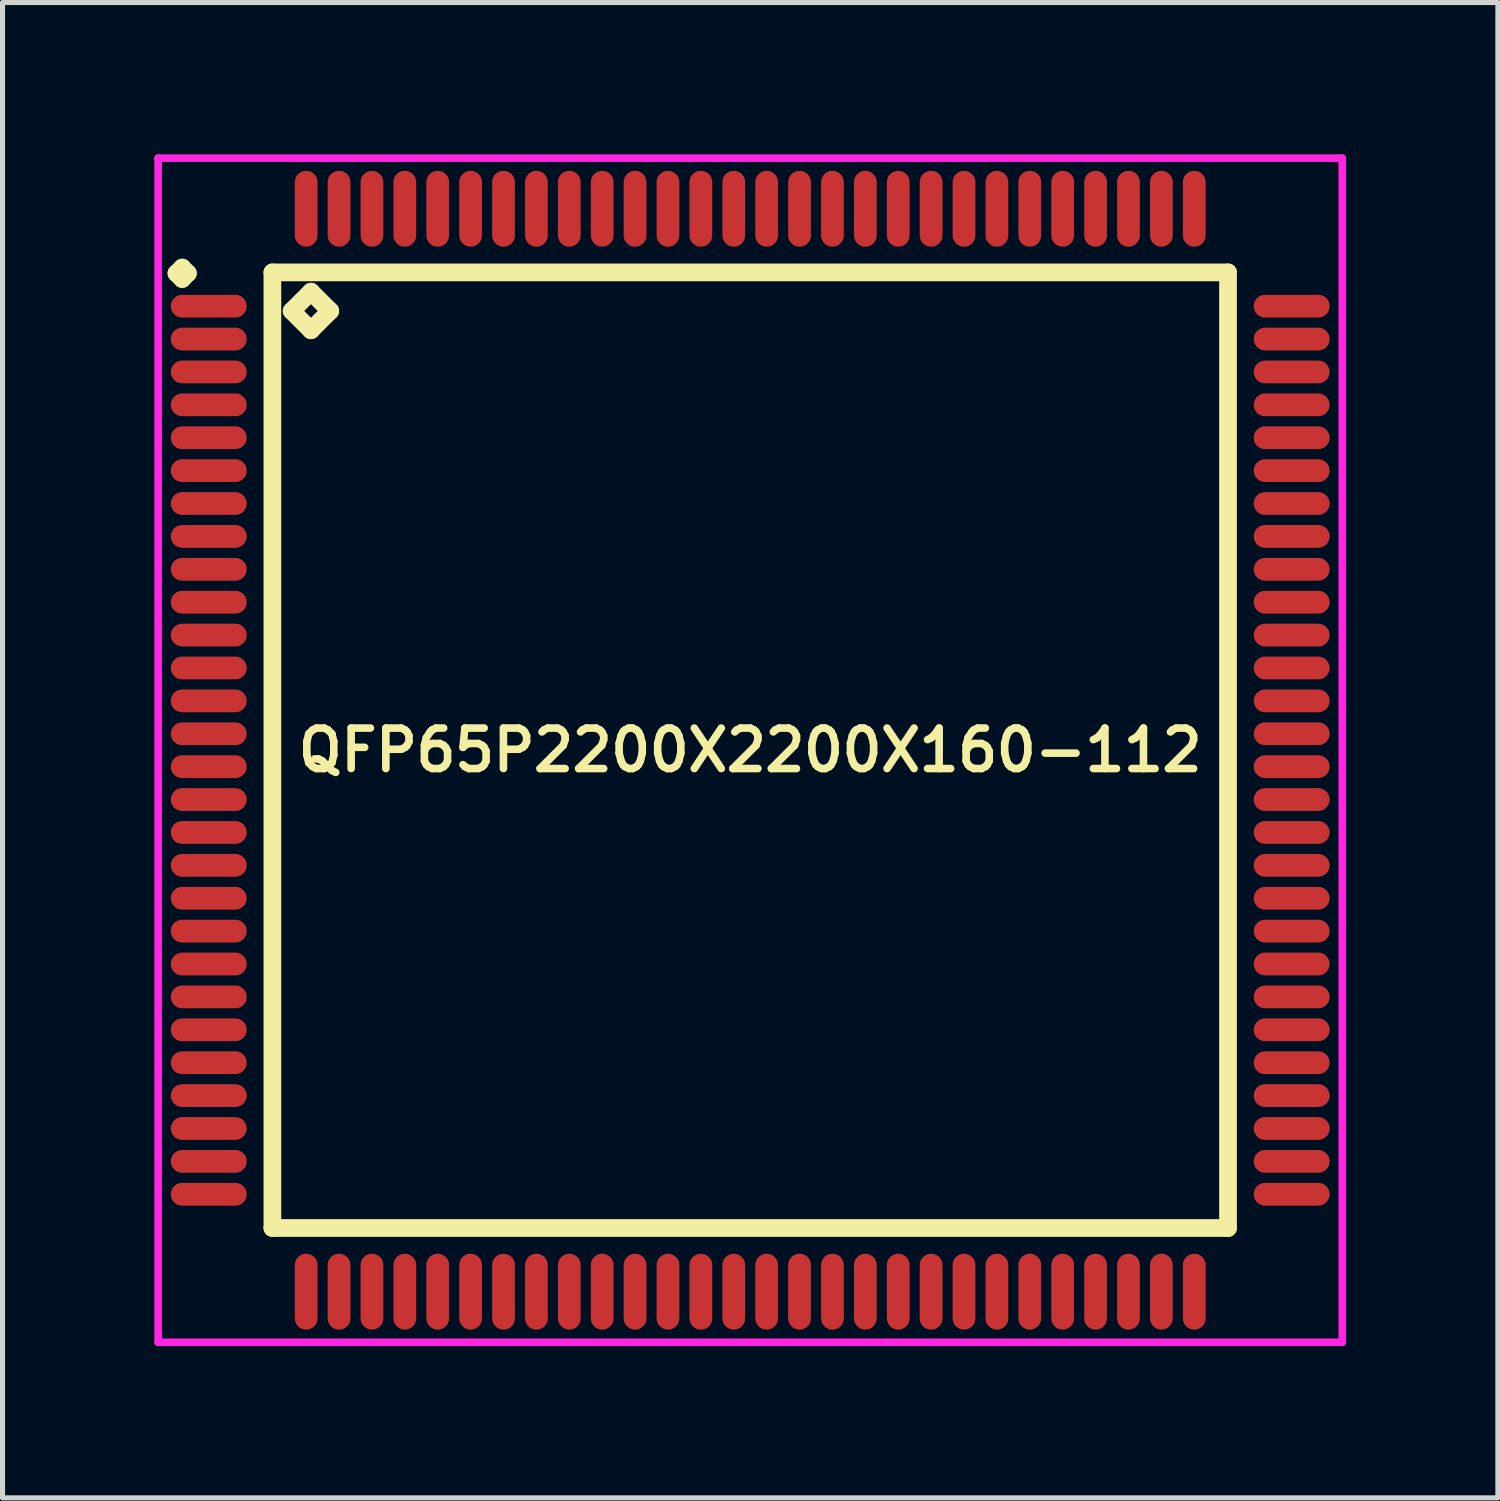
<source format=kicad_pcb>
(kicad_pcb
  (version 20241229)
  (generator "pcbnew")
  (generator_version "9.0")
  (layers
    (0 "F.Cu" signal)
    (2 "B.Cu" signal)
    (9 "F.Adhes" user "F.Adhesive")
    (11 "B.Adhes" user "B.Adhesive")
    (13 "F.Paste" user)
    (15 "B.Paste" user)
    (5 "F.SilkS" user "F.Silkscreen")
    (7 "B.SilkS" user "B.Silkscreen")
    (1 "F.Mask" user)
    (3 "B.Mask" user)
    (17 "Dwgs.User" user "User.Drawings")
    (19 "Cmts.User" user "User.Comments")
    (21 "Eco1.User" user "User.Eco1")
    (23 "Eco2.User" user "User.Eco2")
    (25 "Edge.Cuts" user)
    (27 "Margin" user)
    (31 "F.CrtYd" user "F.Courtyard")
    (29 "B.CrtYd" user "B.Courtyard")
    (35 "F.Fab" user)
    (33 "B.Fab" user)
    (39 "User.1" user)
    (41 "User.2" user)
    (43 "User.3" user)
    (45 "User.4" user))
  (footprint "QFP65P2200X2200X160-112"
    (layer "F.Cu")
    (at 11.775 11.775)
    (property "Reference" "QFP65P2200X2200X160-112" (at 0 0 0) (layer "F.SilkS") (effects (font (size 0.8 0.8) (thickness 0.15))))
    (attr smd)
    (fp_line (start -11.338 -9.425) (end -11.225 -9.537) (stroke (width 0.35) (type solid)) (layer "F.SilkS"))
    (fp_line (start -11.225 -9.537) (end -11.113 -9.425) (stroke (width 0.35) (type solid)) (layer "F.SilkS"))
    (fp_line (start -11.225 -9.312) (end -11.338 -9.425) (stroke (width 0.35) (type solid)) (layer "F.SilkS"))
    (fp_line (start -11.113 -9.425) (end -11.225 -9.312) (stroke (width 0.35) (type solid)) (layer "F.SilkS"))
    (fp_line (start -9.442 -9.442) (end -9.442 9.442) (stroke (width 0.35) (type solid)) (layer "F.SilkS"))
    (fp_line (start -9.442 9.442) (end 9.442 9.442) (stroke (width 0.35) (type solid)) (layer "F.SilkS"))
    (fp_line (start -9.061 -8.68) (end -8.68 -9.061) (stroke (width 0.35) (type solid)) (layer "F.SilkS"))
    (fp_line (start -8.68 -9.061) (end -8.299 -8.68) (stroke (width 0.35) (type solid)) (layer "F.SilkS"))
    (fp_line (start -8.68 -8.299) (end -9.061 -8.68) (stroke (width 0.35) (type solid)) (layer "F.SilkS"))
    (fp_line (start -8.299 -8.68) (end -8.68 -8.299) (stroke (width 0.35) (type solid)) (layer "F.SilkS"))
    (fp_line (start 9.442 -9.442) (end -9.442 -9.442) (stroke (width 0.35) (type solid)) (layer "F.SilkS"))
    (fp_line (start 9.442 9.442) (end 9.442 -9.442) (stroke (width 0.35) (type solid)) (layer "F.SilkS"))
    (fp_line (start -11.7 -11.7) (end 11.7 -11.7) (stroke (width 0.15) (type solid)) (layer "F.CrtYd"))
    (fp_line (start -11.7 11.7) (end -11.7 -11.7) (stroke (width 0.15) (type solid)) (layer "F.CrtYd"))
    (fp_line (start 11.7 -11.7) (end 11.7 11.7) (stroke (width 0.15) (type solid)) (layer "F.CrtYd"))
    (fp_line (start 11.7 11.7) (end -11.7 11.7) (stroke (width 0.15) (type solid)) (layer "F.CrtYd"))
    (pad "1" smd oval (at -10.7 -8.775) (size 1.5 0.45) (layers "F.Cu" "F.Mask" "F.Paste"))
    (pad "2" smd oval (at -10.7 -8.125) (size 1.5 0.45) (layers "F.Cu" "F.Mask" "F.Paste"))
    (pad "3" smd oval (at -10.7 -7.475) (size 1.5 0.45) (layers "F.Cu" "F.Mask" "F.Paste"))
    (pad "4" smd oval (at -10.7 -6.825) (size 1.5 0.45) (layers "F.Cu" "F.Mask" "F.Paste"))
    (pad "5" smd oval (at -10.7 -6.175) (size 1.5 0.45) (layers "F.Cu" "F.Mask" "F.Paste"))
    (pad "6" smd oval (at -10.7 -5.525) (size 1.5 0.45) (layers "F.Cu" "F.Mask" "F.Paste"))
    (pad "7" smd oval (at -10.7 -4.875) (size 1.5 0.45) (layers "F.Cu" "F.Mask" "F.Paste"))
    (pad "8" smd oval (at -10.7 -4.225) (size 1.5 0.45) (layers "F.Cu" "F.Mask" "F.Paste"))
    (pad "9" smd oval (at -10.7 -3.575) (size 1.5 0.45) (layers "F.Cu" "F.Mask" "F.Paste"))
    (pad "10" smd oval (at -10.7 -2.925) (size 1.5 0.45) (layers "F.Cu" "F.Mask" "F.Paste"))
    (pad "11" smd oval (at -10.7 -2.275) (size 1.5 0.45) (layers "F.Cu" "F.Mask" "F.Paste"))
    (pad "12" smd oval (at -10.7 -1.625) (size 1.5 0.45) (layers "F.Cu" "F.Mask" "F.Paste"))
    (pad "13" smd oval (at -10.7 -0.975) (size 1.5 0.45) (layers "F.Cu" "F.Mask" "F.Paste"))
    (pad "14" smd oval (at -10.7 -0.325) (size 1.5 0.45) (layers "F.Cu" "F.Mask" "F.Paste"))
    (pad "15" smd oval (at -10.7 0.325) (size 1.5 0.45) (layers "F.Cu" "F.Mask" "F.Paste"))
    (pad "16" smd oval (at -10.7 0.975) (size 1.5 0.45) (layers "F.Cu" "F.Mask" "F.Paste"))
    (pad "17" smd oval (at -10.7 1.625) (size 1.5 0.45) (layers "F.Cu" "F.Mask" "F.Paste"))
    (pad "18" smd oval (at -10.7 2.275) (size 1.5 0.45) (layers "F.Cu" "F.Mask" "F.Paste"))
    (pad "19" smd oval (at -10.7 2.925) (size 1.5 0.45) (layers "F.Cu" "F.Mask" "F.Paste"))
    (pad "20" smd oval (at -10.7 3.575) (size 1.5 0.45) (layers "F.Cu" "F.Mask" "F.Paste"))
    (pad "21" smd oval (at -10.7 4.225) (size 1.5 0.45) (layers "F.Cu" "F.Mask" "F.Paste"))
    (pad "22" smd oval (at -10.7 4.875) (size 1.5 0.45) (layers "F.Cu" "F.Mask" "F.Paste"))
    (pad "23" smd oval (at -10.7 5.525) (size 1.5 0.45) (layers "F.Cu" "F.Mask" "F.Paste"))
    (pad "24" smd oval (at -10.7 6.175) (size 1.5 0.45) (layers "F.Cu" "F.Mask" "F.Paste"))
    (pad "25" smd oval (at -10.7 6.825) (size 1.5 0.45) (layers "F.Cu" "F.Mask" "F.Paste"))
    (pad "26" smd oval (at -10.7 7.475) (size 1.5 0.45) (layers "F.Cu" "F.Mask" "F.Paste"))
    (pad "27" smd oval (at -10.7 8.125) (size 1.5 0.45) (layers "F.Cu" "F.Mask" "F.Paste"))
    (pad "28" smd oval (at -10.7 8.775) (size 1.5 0.45) (layers "F.Cu" "F.Mask" "F.Paste"))
    (pad "29" smd oval (at -8.775 10.7) (size 0.45 1.5) (layers "F.Cu" "F.Mask" "F.Paste"))
    (pad "30" smd oval (at -8.125 10.7) (size 0.45 1.5) (layers "F.Cu" "F.Mask" "F.Paste"))
    (pad "31" smd oval (at -7.475 10.7) (size 0.45 1.5) (layers "F.Cu" "F.Mask" "F.Paste"))
    (pad "32" smd oval (at -6.825 10.7) (size 0.45 1.5) (layers "F.Cu" "F.Mask" "F.Paste"))
    (pad "33" smd oval (at -6.175 10.7) (size 0.45 1.5) (layers "F.Cu" "F.Mask" "F.Paste"))
    (pad "34" smd oval (at -5.525 10.7) (size 0.45 1.5) (layers "F.Cu" "F.Mask" "F.Paste"))
    (pad "35" smd oval (at -4.875 10.7) (size 0.45 1.5) (layers "F.Cu" "F.Mask" "F.Paste"))
    (pad "36" smd oval (at -4.225 10.7) (size 0.45 1.5) (layers "F.Cu" "F.Mask" "F.Paste"))
    (pad "37" smd oval (at -3.575 10.7) (size 0.45 1.5) (layers "F.Cu" "F.Mask" "F.Paste"))
    (pad "38" smd oval (at -2.925 10.7) (size 0.45 1.5) (layers "F.Cu" "F.Mask" "F.Paste"))
    (pad "39" smd oval (at -2.275 10.7) (size 0.45 1.5) (layers "F.Cu" "F.Mask" "F.Paste"))
    (pad "40" smd oval (at -1.625 10.7) (size 0.45 1.5) (layers "F.Cu" "F.Mask" "F.Paste"))
    (pad "41" smd oval (at -0.975 10.7) (size 0.45 1.5) (layers "F.Cu" "F.Mask" "F.Paste"))
    (pad "42" smd oval (at -0.325 10.7) (size 0.45 1.5) (layers "F.Cu" "F.Mask" "F.Paste"))
    (pad "43" smd oval (at 0.325 10.7) (size 0.45 1.5) (layers "F.Cu" "F.Mask" "F.Paste"))
    (pad "44" smd oval (at 0.975 10.7) (size 0.45 1.5) (layers "F.Cu" "F.Mask" "F.Paste"))
    (pad "45" smd oval (at 1.625 10.7) (size 0.45 1.5) (layers "F.Cu" "F.Mask" "F.Paste"))
    (pad "46" smd oval (at 2.275 10.7) (size 0.45 1.5) (layers "F.Cu" "F.Mask" "F.Paste"))
    (pad "47" smd oval (at 2.925 10.7) (size 0.45 1.5) (layers "F.Cu" "F.Mask" "F.Paste"))
    (pad "48" smd oval (at 3.575 10.7) (size 0.45 1.5) (layers "F.Cu" "F.Mask" "F.Paste"))
    (pad "49" smd oval (at 4.225 10.7) (size 0.45 1.5) (layers "F.Cu" "F.Mask" "F.Paste"))
    (pad "50" smd oval (at 4.875 10.7) (size 0.45 1.5) (layers "F.Cu" "F.Mask" "F.Paste"))
    (pad "51" smd oval (at 5.525 10.7) (size 0.45 1.5) (layers "F.Cu" "F.Mask" "F.Paste"))
    (pad "52" smd oval (at 6.175 10.7) (size 0.45 1.5) (layers "F.Cu" "F.Mask" "F.Paste"))
    (pad "53" smd oval (at 6.825 10.7) (size 0.45 1.5) (layers "F.Cu" "F.Mask" "F.Paste"))
    (pad "54" smd oval (at 7.475 10.7) (size 0.45 1.5) (layers "F.Cu" "F.Mask" "F.Paste"))
    (pad "55" smd oval (at 8.125 10.7) (size 0.45 1.5) (layers "F.Cu" "F.Mask" "F.Paste"))
    (pad "56" smd oval (at 8.775 10.7) (size 0.45 1.5) (layers "F.Cu" "F.Mask" "F.Paste"))
    (pad "57" smd oval (at 10.7 8.775) (size 1.5 0.45) (layers "F.Cu" "F.Mask" "F.Paste"))
    (pad "58" smd oval (at 10.7 8.125) (size 1.5 0.45) (layers "F.Cu" "F.Mask" "F.Paste"))
    (pad "59" smd oval (at 10.7 7.475) (size 1.5 0.45) (layers "F.Cu" "F.Mask" "F.Paste"))
    (pad "60" smd oval (at 10.7 6.825) (size 1.5 0.45) (layers "F.Cu" "F.Mask" "F.Paste"))
    (pad "61" smd oval (at 10.7 6.175) (size 1.5 0.45) (layers "F.Cu" "F.Mask" "F.Paste"))
    (pad "62" smd oval (at 10.7 5.525) (size 1.5 0.45) (layers "F.Cu" "F.Mask" "F.Paste"))
    (pad "63" smd oval (at 10.7 4.875) (size 1.5 0.45) (layers "F.Cu" "F.Mask" "F.Paste"))
    (pad "64" smd oval (at 10.7 4.225) (size 1.5 0.45) (layers "F.Cu" "F.Mask" "F.Paste"))
    (pad "65" smd oval (at 10.7 3.575) (size 1.5 0.45) (layers "F.Cu" "F.Mask" "F.Paste"))
    (pad "66" smd oval (at 10.7 2.925) (size 1.5 0.45) (layers "F.Cu" "F.Mask" "F.Paste"))
    (pad "67" smd oval (at 10.7 2.275) (size 1.5 0.45) (layers "F.Cu" "F.Mask" "F.Paste"))
    (pad "68" smd oval (at 10.7 1.625) (size 1.5 0.45) (layers "F.Cu" "F.Mask" "F.Paste"))
    (pad "69" smd oval (at 10.7 0.975) (size 1.5 0.45) (layers "F.Cu" "F.Mask" "F.Paste"))
    (pad "70" smd oval (at 10.7 0.325) (size 1.5 0.45) (layers "F.Cu" "F.Mask" "F.Paste"))
    (pad "71" smd oval (at 10.7 -0.325) (size 1.5 0.45) (layers "F.Cu" "F.Mask" "F.Paste"))
    (pad "72" smd oval (at 10.7 -0.975) (size 1.5 0.45) (layers "F.Cu" "F.Mask" "F.Paste"))
    (pad "73" smd oval (at 10.7 -1.625) (size 1.5 0.45) (layers "F.Cu" "F.Mask" "F.Paste"))
    (pad "74" smd oval (at 10.7 -2.275) (size 1.5 0.45) (layers "F.Cu" "F.Mask" "F.Paste"))
    (pad "75" smd oval (at 10.7 -2.925) (size 1.5 0.45) (layers "F.Cu" "F.Mask" "F.Paste"))
    (pad "76" smd oval (at 10.7 -3.575) (size 1.5 0.45) (layers "F.Cu" "F.Mask" "F.Paste"))
    (pad "77" smd oval (at 10.7 -4.225) (size 1.5 0.45) (layers "F.Cu" "F.Mask" "F.Paste"))
    (pad "78" smd oval (at 10.7 -4.875) (size 1.5 0.45) (layers "F.Cu" "F.Mask" "F.Paste"))
    (pad "79" smd oval (at 10.7 -5.525) (size 1.5 0.45) (layers "F.Cu" "F.Mask" "F.Paste"))
    (pad "80" smd oval (at 10.7 -6.175) (size 1.5 0.45) (layers "F.Cu" "F.Mask" "F.Paste"))
    (pad "81" smd oval (at 10.7 -6.825) (size 1.5 0.45) (layers "F.Cu" "F.Mask" "F.Paste"))
    (pad "82" smd oval (at 10.7 -7.475) (size 1.5 0.45) (layers "F.Cu" "F.Mask" "F.Paste"))
    (pad "83" smd oval (at 10.7 -8.125) (size 1.5 0.45) (layers "F.Cu" "F.Mask" "F.Paste"))
    (pad "84" smd oval (at 10.7 -8.775) (size 1.5 0.45) (layers "F.Cu" "F.Mask" "F.Paste"))
    (pad "85" smd oval (at 8.775 -10.7) (size 0.45 1.5) (layers "F.Cu" "F.Mask" "F.Paste"))
    (pad "86" smd oval (at 8.125 -10.7) (size 0.45 1.5) (layers "F.Cu" "F.Mask" "F.Paste"))
    (pad "87" smd oval (at 7.475 -10.7) (size 0.45 1.5) (layers "F.Cu" "F.Mask" "F.Paste"))
    (pad "88" smd oval (at 6.825 -10.7) (size 0.45 1.5) (layers "F.Cu" "F.Mask" "F.Paste"))
    (pad "89" smd oval (at 6.175 -10.7) (size 0.45 1.5) (layers "F.Cu" "F.Mask" "F.Paste"))
    (pad "90" smd oval (at 5.525 -10.7) (size 0.45 1.5) (layers "F.Cu" "F.Mask" "F.Paste"))
    (pad "91" smd oval (at 4.875 -10.7) (size 0.45 1.5) (layers "F.Cu" "F.Mask" "F.Paste"))
    (pad "92" smd oval (at 4.225 -10.7) (size 0.45 1.5) (layers "F.Cu" "F.Mask" "F.Paste"))
    (pad "93" smd oval (at 3.575 -10.7) (size 0.45 1.5) (layers "F.Cu" "F.Mask" "F.Paste"))
    (pad "94" smd oval (at 2.925 -10.7) (size 0.45 1.5) (layers "F.Cu" "F.Mask" "F.Paste"))
    (pad "95" smd oval (at 2.275 -10.7) (size 0.45 1.5) (layers "F.Cu" "F.Mask" "F.Paste"))
    (pad "96" smd oval (at 1.625 -10.7) (size 0.45 1.5) (layers "F.Cu" "F.Mask" "F.Paste"))
    (pad "97" smd oval (at 0.975 -10.7) (size 0.45 1.5) (layers "F.Cu" "F.Mask" "F.Paste"))
    (pad "98" smd oval (at 0.325 -10.7) (size 0.45 1.5) (layers "F.Cu" "F.Mask" "F.Paste"))
    (pad "99" smd oval (at -0.325 -10.7) (size 0.45 1.5) (layers "F.Cu" "F.Mask" "F.Paste"))
    (pad "100" smd oval (at -0.975 -10.7) (size 0.45 1.5) (layers "F.Cu" "F.Mask" "F.Paste"))
    (pad "101" smd oval (at -1.625 -10.7) (size 0.45 1.5) (layers "F.Cu" "F.Mask" "F.Paste"))
    (pad "102" smd oval (at -2.275 -10.7) (size 0.45 1.5) (layers "F.Cu" "F.Mask" "F.Paste"))
    (pad "103" smd oval (at -2.925 -10.7) (size 0.45 1.5) (layers "F.Cu" "F.Mask" "F.Paste"))
    (pad "104" smd oval (at -3.575 -10.7) (size 0.45 1.5) (layers "F.Cu" "F.Mask" "F.Paste"))
    (pad "105" smd oval (at -4.225 -10.7) (size 0.45 1.5) (layers "F.Cu" "F.Mask" "F.Paste"))
    (pad "106" smd oval (at -4.875 -10.7) (size 0.45 1.5) (layers "F.Cu" "F.Mask" "F.Paste"))
    (pad "107" smd oval (at -5.525 -10.7) (size 0.45 1.5) (layers "F.Cu" "F.Mask" "F.Paste"))
    (pad "108" smd oval (at -6.175 -10.7) (size 0.45 1.5) (layers "F.Cu" "F.Mask" "F.Paste"))
    (pad "109" smd oval (at -6.825 -10.7) (size 0.45 1.5) (layers "F.Cu" "F.Mask" "F.Paste"))
    (pad "110" smd oval (at -7.475 -10.7) (size 0.45 1.5) (layers "F.Cu" "F.Mask" "F.Paste"))
    (pad "111" smd oval (at -8.125 -10.7) (size 0.45 1.5) (layers "F.Cu" "F.Mask" "F.Paste"))
    (pad "112" smd oval (at -8.775 -10.7) (size 0.45 1.5) (layers "F.Cu" "F.Mask" "F.Paste")))
  (gr_rect
    (start -3 -3)
    (end 26.55 26.55)
    (stroke (width 0.1) (type default))
    (fill no)
    (layer "Edge.Cuts")))
</source>
